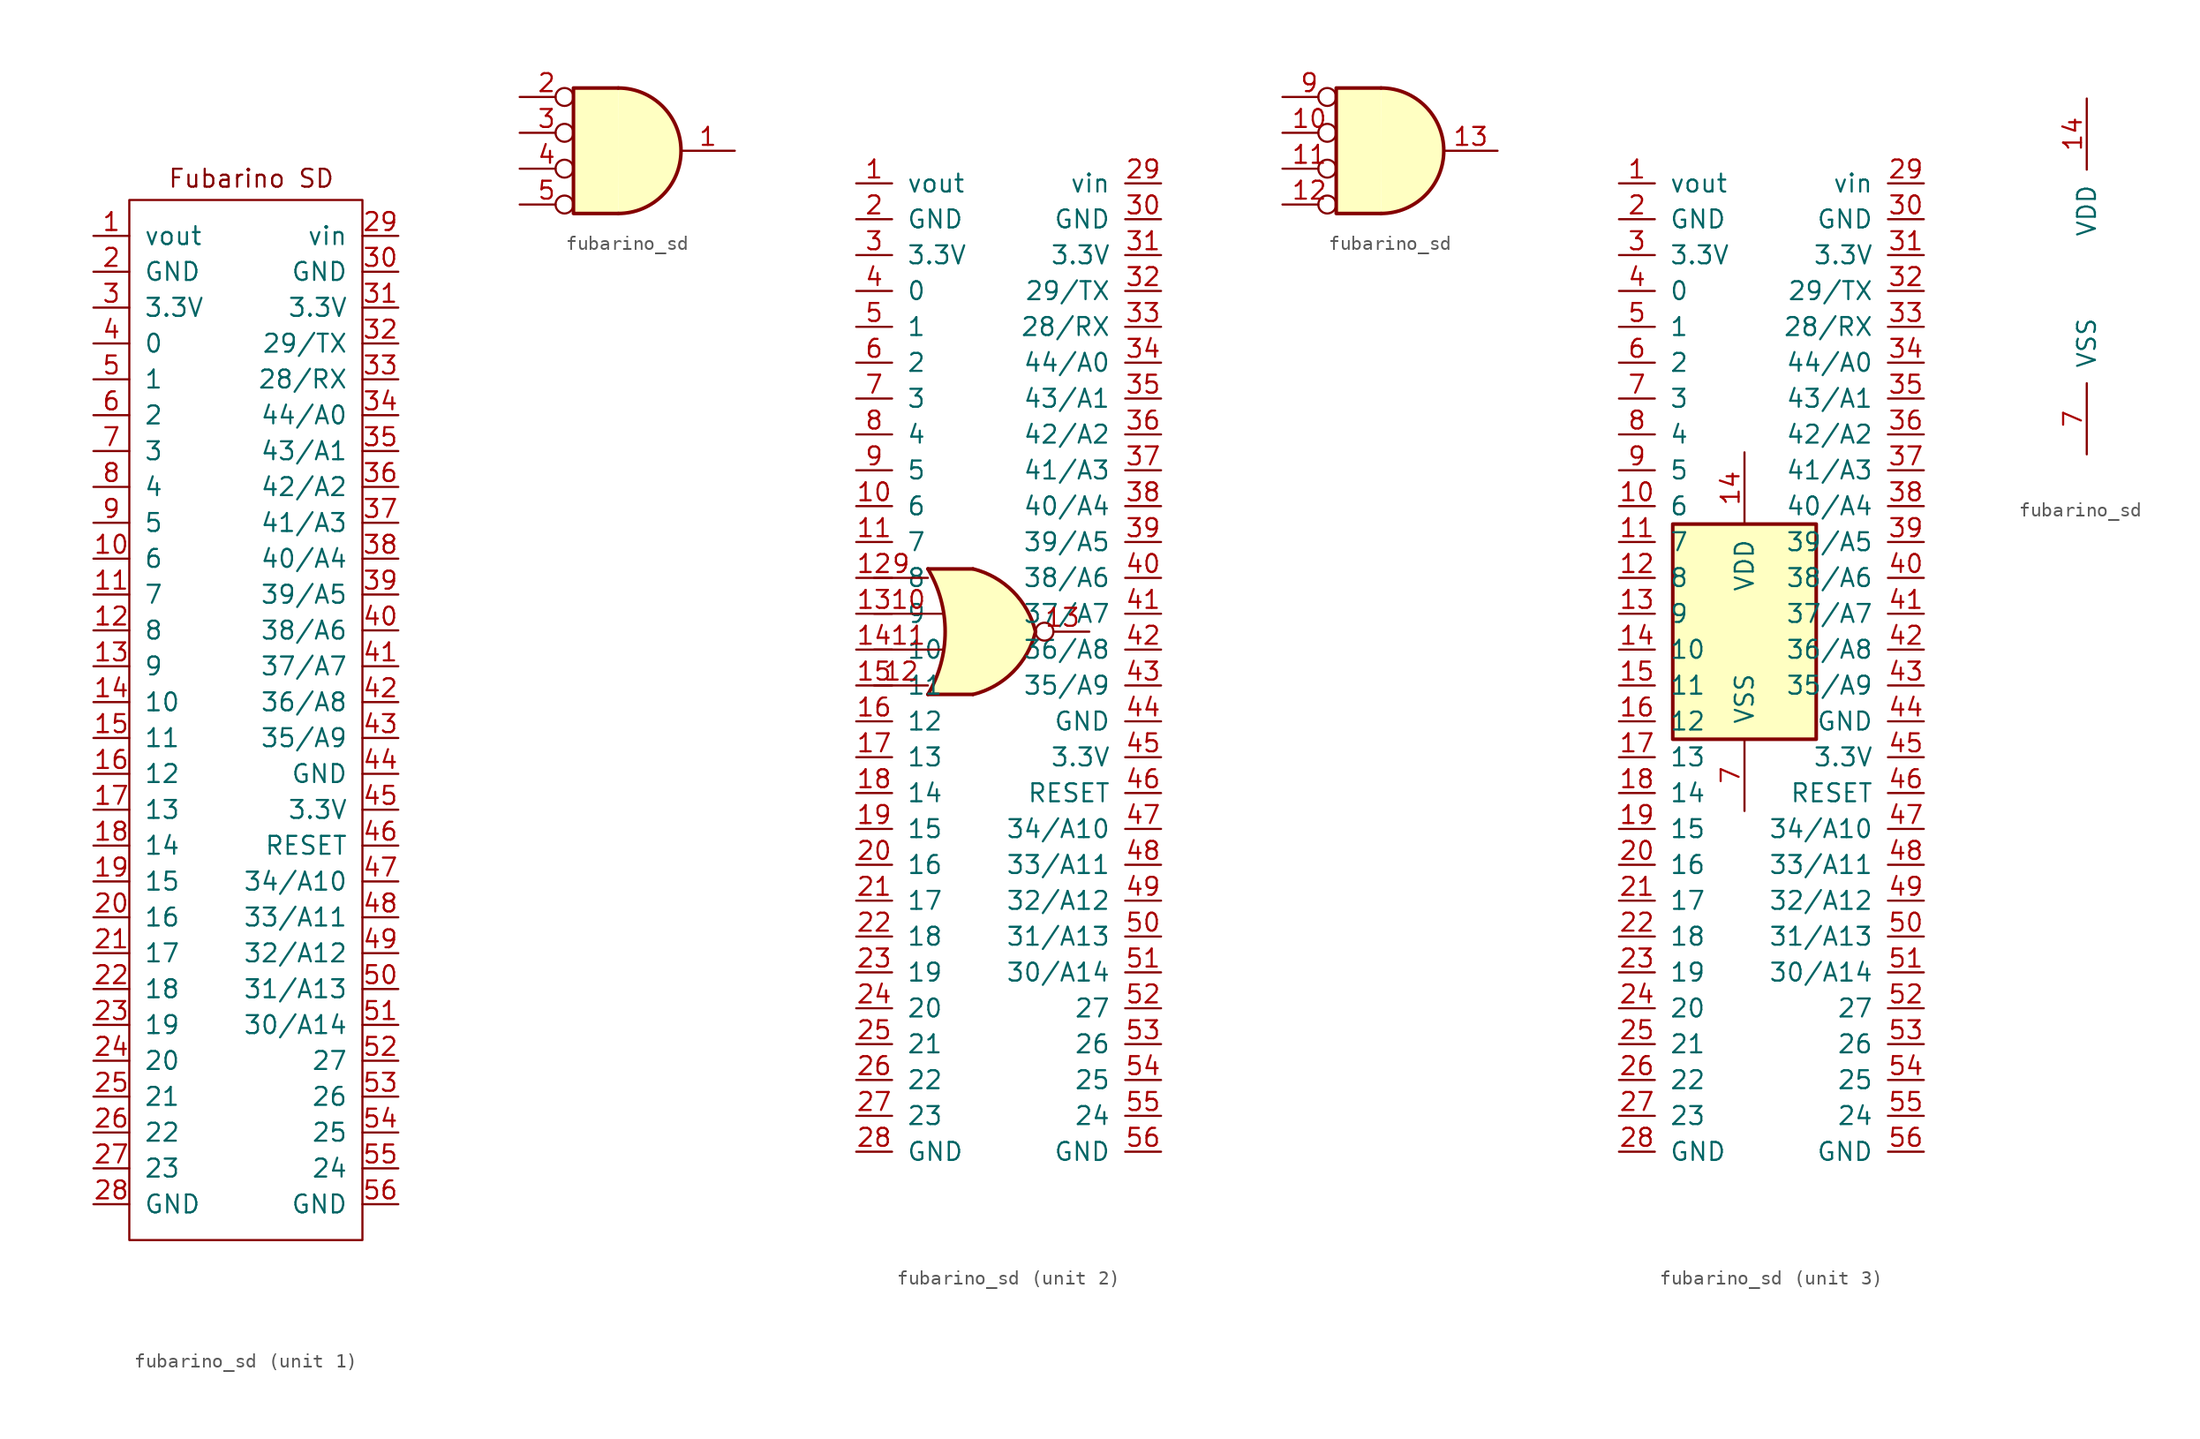
<source format=kicad_sym>
(kicad_symbol_lib
  (version 20241209)
  (generator "kicad_symbol_editor")
  (generator_version "9.0")
  (symbol "fubarino_sd"
    (pin_names
      (offset 1.016))
    (property "Reference" "U"
      (at 0 1.27 0)
      (effects (font (size 1.27 1.27)) (hide yes)))
    (property "ki_locked" ""
      (at 0 0 0)
      (effects (font (size 1.27 1.27))))
    (symbol "fubarino_sd_0_1"
      (pin power_out line (at -8.89 31.75 0) (length 2.54) (name "vout" (effects (font (size 1.27 1.27)))) (number "1" (effects (font (size 1.27 1.27)))))
      (pin power_out line (at -8.89 29.21 0) (length 2.54) (name "GND" (effects (font (size 1.27 1.27)))) (number "2" (effects (font (size 1.27 1.27)))))
      (pin power_out line (at -8.89 26.67 0) (length 2.54) (name "3.3V" (effects (font (size 1.27 1.27)))) (number "3" (effects (font (size 1.27 1.27)))))
      (pin bidirectional line (at -8.89 24.13 0) (length 2.54) (name "0" (effects (font (size 1.27 1.27)))) (number "4" (effects (font (size 1.27 1.27)))))
      (pin bidirectional line (at -8.89 21.59 0) (length 2.54) (name "1" (effects (font (size 1.27 1.27)))) (number "5" (effects (font (size 1.27 1.27)))))
      (pin bidirectional line (at -8.89 19.05 0) (length 2.54) (name "2" (effects (font (size 1.27 1.27)))) (number "6" (effects (font (size 1.27 1.27)))))
      (pin bidirectional line (at -8.89 16.51 0) (length 2.54) (name "3" (effects (font (size 1.27 1.27)))) (number "7" (effects (font (size 1.27 1.27)))))
      (pin bidirectional line (at -8.89 13.97 0) (length 2.54) (name "4" (effects (font (size 1.27 1.27)))) (number "8" (effects (font (size 1.27 1.27)))))
      (pin bidirectional line (at -8.89 11.43 0) (length 2.54) (name "5" (effects (font (size 1.27 1.27)))) (number "9" (effects (font (size 1.27 1.27)))))
      (pin bidirectional line (at -8.89 8.89 0) (length 2.54) (name "6" (effects (font (size 1.27 1.27)))) (number "10" (effects (font (size 1.27 1.27)))))
      (pin bidirectional line (at -8.89 6.35 0) (length 2.54) (name "7" (effects (font (size 1.27 1.27)))) (number "11" (effects (font (size 1.27 1.27)))))
      (pin bidirectional line (at -8.89 3.81 0) (length 2.54) (name "8" (effects (font (size 1.27 1.27)))) (number "12" (effects (font (size 1.27 1.27)))))
      (pin bidirectional line (at -8.89 1.27 0) (length 2.54) (name "9" (effects (font (size 1.27 1.27)))) (number "13" (effects (font (size 1.27 1.27)))))
      (pin bidirectional line (at -8.89 -1.27 0) (length 2.54) (name "10" (effects (font (size 1.27 1.27)))) (number "14" (effects (font (size 1.27 1.27)))))
      (pin bidirectional line (at -8.89 -3.81 0) (length 2.54) (name "11" (effects (font (size 1.27 1.27)))) (number "15" (effects (font (size 1.27 1.27)))))
      (pin bidirectional line (at -8.89 -6.35 0) (length 2.54) (name "12" (effects (font (size 1.27 1.27)))) (number "16" (effects (font (size 1.27 1.27)))))
      (pin bidirectional line (at -8.89 -8.89 0) (length 2.54) (name "13" (effects (font (size 1.27 1.27)))) (number "17" (effects (font (size 1.27 1.27)))))
      (pin bidirectional line (at -8.89 -11.43 0) (length 2.54) (name "14" (effects (font (size 1.27 1.27)))) (number "18" (effects (font (size 1.27 1.27)))))
      (pin bidirectional line (at -8.89 -13.97 0) (length 2.54) (name "15" (effects (font (size 1.27 1.27)))) (number "19" (effects (font (size 1.27 1.27)))))
      (pin bidirectional line (at -8.89 -16.51 0) (length 2.54) (name "16" (effects (font (size 1.27 1.27)))) (number "20" (effects (font (size 1.27 1.27)))))
      (pin bidirectional line (at -8.89 -19.05 0) (length 2.54) (name "17" (effects (font (size 1.27 1.27)))) (number "21" (effects (font (size 1.27 1.27)))))
      (pin bidirectional line (at -8.89 -21.59 0) (length 2.54) (name "18" (effects (font (size 1.27 1.27)))) (number "22" (effects (font (size 1.27 1.27)))))
      (pin bidirectional line (at -8.89 -24.13 0) (length 2.54) (name "19" (effects (font (size 1.27 1.27)))) (number "23" (effects (font (size 1.27 1.27)))))
      (pin bidirectional line (at -8.89 -26.67 0) (length 2.54) (name "20" (effects (font (size 1.27 1.27)))) (number "24" (effects (font (size 1.27 1.27)))))
      (pin bidirectional line (at -8.89 -29.21 0) (length 2.54) (name "21" (effects (font (size 1.27 1.27)))) (number "25" (effects (font (size 1.27 1.27)))))
      (pin bidirectional line (at -8.89 -31.75 0) (length 2.54) (name "22" (effects (font (size 1.27 1.27)))) (number "26" (effects (font (size 1.27 1.27)))))
      (pin bidirectional line (at -8.89 -34.29 0) (length 2.54) (name "23" (effects (font (size 1.27 1.27)))) (number "27" (effects (font (size 1.27 1.27)))))
      (pin power_out line (at -8.89 -36.83 0) (length 2.54) (name "GND" (effects (font (size 1.27 1.27)))) (number "28" (effects (font (size 1.27 1.27)))))
      (pin power_in line (at 12.7 31.75 180) (length 2.54) (name "vin" (effects (font (size 1.27 1.27)))) (number "29" (effects (font (size 1.27 1.27)))))
      (pin power_out line (at 12.7 29.21 180) (length 2.54) (name "GND" (effects (font (size 1.27 1.27)))) (number "30" (effects (font (size 1.27 1.27)))))
      (pin power_out line (at 12.7 26.67 180) (length 2.54) (name "3.3V" (effects (font (size 1.27 1.27)))) (number "31" (effects (font (size 1.27 1.27)))))
      (pin bidirectional line (at 12.7 24.13 180) (length 2.54) (name "29/TX" (effects (font (size 1.27 1.27)))) (number "32" (effects (font (size 1.27 1.27)))))
      (pin bidirectional line (at 12.7 21.59 180) (length 2.54) (name "28/RX" (effects (font (size 1.27 1.27)))) (number "33" (effects (font (size 1.27 1.27)))))
      (pin bidirectional line (at 12.7 19.05 180) (length 2.54) (name "44/A0" (effects (font (size 1.27 1.27)))) (number "34" (effects (font (size 1.27 1.27)))))
      (pin bidirectional line (at 12.7 16.51 180) (length 2.54) (name "43/A1" (effects (font (size 1.27 1.27)))) (number "35" (effects (font (size 1.27 1.27)))))
      (pin bidirectional line (at 12.7 13.97 180) (length 2.54) (name "42/A2" (effects (font (size 1.27 1.27)))) (number "36" (effects (font (size 1.27 1.27)))))
      (pin bidirectional line (at 12.7 11.43 180) (length 2.54) (name "41/A3" (effects (font (size 1.27 1.27)))) (number "37" (effects (font (size 1.27 1.27)))))
      (pin bidirectional line (at 12.7 8.89 180) (length 2.54) (name "40/A4" (effects (font (size 1.27 1.27)))) (number "38" (effects (font (size 1.27 1.27)))))
      (pin bidirectional line (at 12.7 6.35 180) (length 2.54) (name "39/A5" (effects (font (size 1.27 1.27)))) (number "39" (effects (font (size 1.27 1.27)))))
      (pin bidirectional line (at 12.7 3.81 180) (length 2.54) (name "38/A6" (effects (font (size 1.27 1.27)))) (number "40" (effects (font (size 1.27 1.27)))))
      (pin bidirectional line (at 12.7 1.27 180) (length 2.54) (name "37/A7" (effects (font (size 1.27 1.27)))) (number "41" (effects (font (size 1.27 1.27)))))
      (pin bidirectional line (at 12.7 -1.27 180) (length 2.54) (name "36/A8" (effects (font (size 1.27 1.27)))) (number "42" (effects (font (size 1.27 1.27)))))
      (pin bidirectional line (at 12.7 -3.81 180) (length 2.54) (name "35/A9" (effects (font (size 1.27 1.27)))) (number "43" (effects (font (size 1.27 1.27)))))
      (pin power_out line (at 12.7 -6.35 180) (length 2.54) (name "GND" (effects (font (size 1.27 1.27)))) (number "44" (effects (font (size 1.27 1.27)))))
      (pin power_out line (at 12.7 -8.89 180) (length 2.54) (name "3.3V" (effects (font (size 1.27 1.27)))) (number "45" (effects (font (size 1.27 1.27)))))
      (pin input line (at 12.7 -11.43 180) (length 2.54) (name "RESET" (effects (font (size 1.27 1.27)))) (number "46" (effects (font (size 1.27 1.27)))))
      (pin bidirectional line (at 12.7 -13.97 180) (length 2.54) (name "34/A10" (effects (font (size 1.27 1.27)))) (number "47" (effects (font (size 1.27 1.27)))))
      (pin bidirectional line (at 12.7 -16.51 180) (length 2.54) (name "33/A11" (effects (font (size 1.27 1.27)))) (number "48" (effects (font (size 1.27 1.27)))))
      (pin bidirectional line (at 12.7 -19.05 180) (length 2.54) (name "32/A12" (effects (font (size 1.27 1.27)))) (number "49" (effects (font (size 1.27 1.27)))))
      (pin bidirectional line (at 12.7 -21.59 180) (length 2.54) (name "31/A13" (effects (font (size 1.27 1.27)))) (number "50" (effects (font (size 1.27 1.27)))))
      (pin bidirectional line (at 12.7 -24.13 180) (length 2.54) (name "30/A14" (effects (font (size 1.27 1.27)))) (number "51" (effects (font (size 1.27 1.27)))))
      (pin bidirectional line (at 12.7 -26.67 180) (length 2.54) (name "27" (effects (font (size 1.27 1.27)))) (number "52" (effects (font (size 1.27 1.27)))))
      (pin bidirectional line (at 12.7 -29.21 180) (length 2.54) (name "26" (effects (font (size 1.27 1.27)))) (number "53" (effects (font (size 1.27 1.27)))))
      (pin bidirectional line (at 12.7 -31.75 180) (length 2.54) (name "25" (effects (font (size 1.27 1.27)))) (number "54" (effects (font (size 1.27 1.27)))))
      (pin bidirectional line (at 12.7 -34.29 180) (length 2.54) (name "24" (effects (font (size 1.27 1.27)))) (number "55" (effects (font (size 1.27 1.27)))))
      (pin power_out line (at 12.7 -36.83 180) (length 2.54) (name "GND" (effects (font (size 1.27 1.27)))) (number "56" (effects (font (size 1.27 1.27))))))
    (symbol "fubarino_sd_1_1"
      (rectangle (start -6.35 34.29) (end 10.16 -39.37) (stroke (width 0) (type default)) (fill (type none)))
      (text "Fubarino SD" (at 2.286 35.814 0) (effects (font (size 1.27 1.27)))))
    (symbol "fubarino_sd_1_2"
      (arc (start -0.635 4.445) (mid 3.7907 0) (end -0.635 -4.445) (stroke (width 0.254) (type default)) (fill (type background)))
      (polyline (pts (xy -0.635 4.445) (xy -3.81 4.445) (xy -3.81 -4.445) (xy -0.635 -4.445)) (stroke (width 0.254) (type default)) (fill (type background)))
      (pin input inverted (at -7.62 3.81 0) (length 3.81) (name "~" (effects (font (size 1.27 1.27)))) (number "2" (effects (font (size 1.27 1.27)))))
      (pin input inverted (at -7.62 1.27 0) (length 3.81) (name "~" (effects (font (size 1.27 1.27)))) (number "3" (effects (font (size 1.27 1.27)))))
      (pin input inverted (at -7.62 -1.27 0) (length 3.81) (name "~" (effects (font (size 1.27 1.27)))) (number "4" (effects (font (size 1.27 1.27)))))
      (pin input inverted (at -7.62 -3.81 0) (length 3.81) (name "~" (effects (font (size 1.27 1.27)))) (number "5" (effects (font (size 1.27 1.27)))))
      (pin output line (at 7.62 0 180) (length 3.81) (name "~" (effects (font (size 1.27 1.27)))) (number "1" (effects (font (size 1.27 1.27))))))
    (symbol "fubarino_sd_2_1"
      (arc (start -3.81 4.445) (mid -2.5908 0) (end -3.81 -4.445) (stroke (width 0.254) (type default)) (fill (type none)))
      (polyline (pts (xy -3.81 4.445) (xy -0.635 4.445)) (stroke (width 0.254) (type default)) (fill (type background)))
      (polyline (pts (xy -3.81 -4.445) (xy -0.635 -4.445)) (stroke (width 0.254) (type default)) (fill (type background)))
      (arc (start -0.6096 4.445) (mid 2.2198 2.8385) (end 3.81 0) (stroke (width 0.254) (type default)) (fill (type background)))
      (arc (start 3.81 0) (mid 2.224 -2.8428) (end -0.6096 -4.445) (stroke (width 0.254) (type default)) (fill (type background)))
      (polyline (pts (xy -0.635 4.445) (xy -3.81 4.445) (xy -3.81 4.445) (xy -3.632 4.089) (xy -3.099 2.921) (xy -2.769 1.676) (xy -2.616 0.432) (xy -2.642 -0.864) (xy -2.87 -2.108) (xy -3.251 -3.327) (xy -3.81 -4.445) (xy -3.81 -4.445) (xy -0.635 -4.445)) (stroke (width -25.4) (type default)) (fill (type background)))
      (pin input line (at -7.62 3.81 0) (length 3.81) (name "~" (effects (font (size 1.27 1.27)))) (number "9" (effects (font (size 1.27 1.27)))))
      (pin input line (at -7.62 1.27 0) (length 4.826) (name "~" (effects (font (size 1.27 1.27)))) (number "10" (effects (font (size 1.27 1.27)))))
      (pin input line (at -7.62 -1.27 0) (length 4.826) (name "~" (effects (font (size 1.27 1.27)))) (number "11" (effects (font (size 1.27 1.27)))))
      (pin input line (at -7.62 -3.81 0) (length 3.81) (name "~" (effects (font (size 1.27 1.27)))) (number "12" (effects (font (size 1.27 1.27)))))
      (pin output inverted (at 7.62 0 180) (length 3.81) (name "~" (effects (font (size 1.27 1.27)))) (number "13" (effects (font (size 1.27 1.27))))))
    (symbol "fubarino_sd_2_2"
      (arc (start -0.635 4.445) (mid 3.7907 0) (end -0.635 -4.445) (stroke (width 0.254) (type default)) (fill (type background)))
      (polyline (pts (xy -0.635 4.445) (xy -3.81 4.445) (xy -3.81 -4.445) (xy -0.635 -4.445)) (stroke (width 0.254) (type default)) (fill (type background)))
      (pin input inverted (at -7.62 3.81 0) (length 3.81) (name "~" (effects (font (size 1.27 1.27)))) (number "9" (effects (font (size 1.27 1.27)))))
      (pin input inverted (at -7.62 1.27 0) (length 3.81) (name "~" (effects (font (size 1.27 1.27)))) (number "10" (effects (font (size 1.27 1.27)))))
      (pin input inverted (at -7.62 -1.27 0) (length 3.81) (name "~" (effects (font (size 1.27 1.27)))) (number "11" (effects (font (size 1.27 1.27)))))
      (pin input inverted (at -7.62 -3.81 0) (length 3.81) (name "~" (effects (font (size 1.27 1.27)))) (number "12" (effects (font (size 1.27 1.27)))))
      (pin output line (at 7.62 0 180) (length 3.81) (name "~" (effects (font (size 1.27 1.27)))) (number "13" (effects (font (size 1.27 1.27))))))
    (symbol "fubarino_sd_3_0"
      (pin power_in line (at 0 12.7 270) (length 5.08) (name "VDD" (effects (font (size 1.27 1.27)))) (number "14" (effects (font (size 1.27 1.27)))))
      (pin power_in line (at 0 -12.7 90) (length 5.08) (name "VSS" (effects (font (size 1.27 1.27)))) (number "7" (effects (font (size 1.27 1.27))))))
    (symbol "fubarino_sd_3_1"
      (rectangle (start -5.08 7.62) (end 5.08 -7.62) (stroke (width 0.254) (type default)) (fill (type background))))))
</source>
